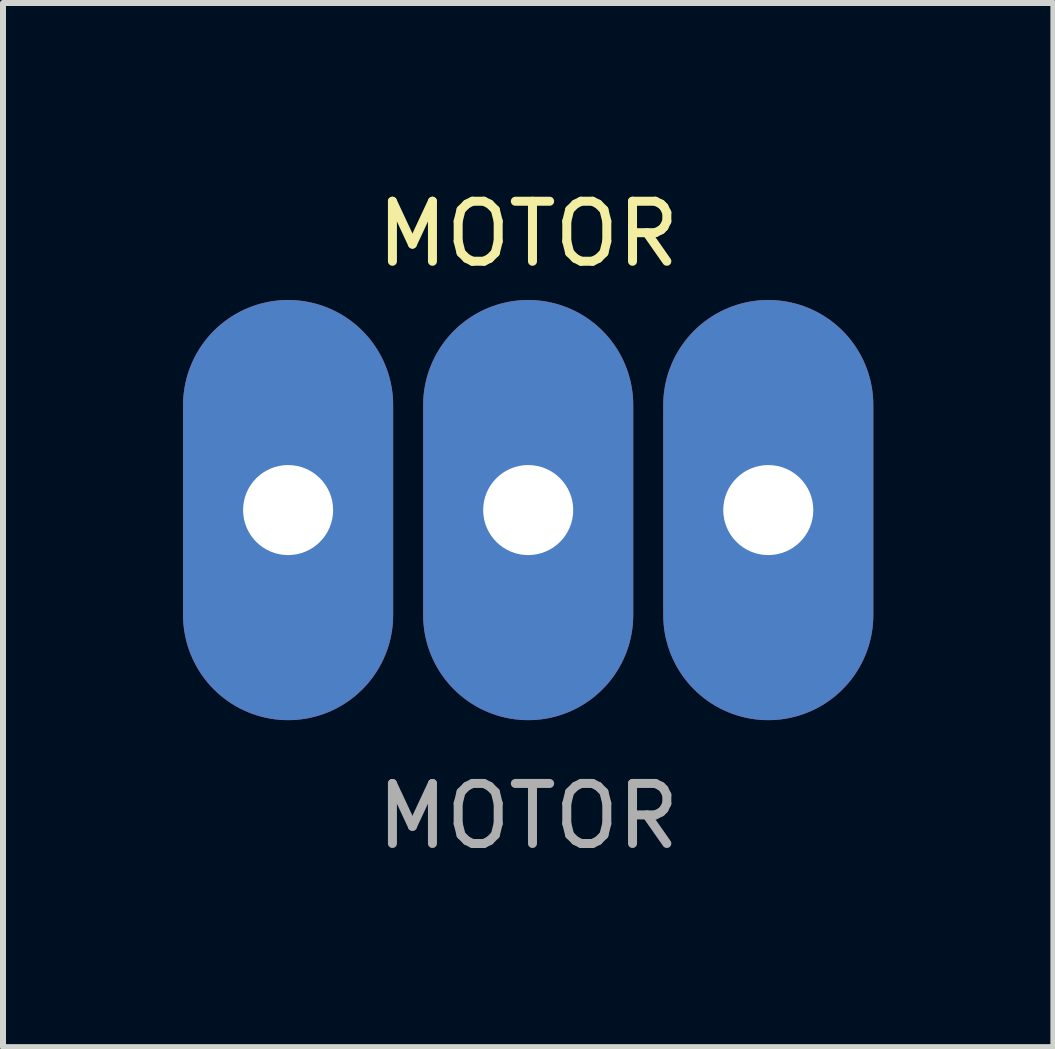
<source format=kicad_pcb>
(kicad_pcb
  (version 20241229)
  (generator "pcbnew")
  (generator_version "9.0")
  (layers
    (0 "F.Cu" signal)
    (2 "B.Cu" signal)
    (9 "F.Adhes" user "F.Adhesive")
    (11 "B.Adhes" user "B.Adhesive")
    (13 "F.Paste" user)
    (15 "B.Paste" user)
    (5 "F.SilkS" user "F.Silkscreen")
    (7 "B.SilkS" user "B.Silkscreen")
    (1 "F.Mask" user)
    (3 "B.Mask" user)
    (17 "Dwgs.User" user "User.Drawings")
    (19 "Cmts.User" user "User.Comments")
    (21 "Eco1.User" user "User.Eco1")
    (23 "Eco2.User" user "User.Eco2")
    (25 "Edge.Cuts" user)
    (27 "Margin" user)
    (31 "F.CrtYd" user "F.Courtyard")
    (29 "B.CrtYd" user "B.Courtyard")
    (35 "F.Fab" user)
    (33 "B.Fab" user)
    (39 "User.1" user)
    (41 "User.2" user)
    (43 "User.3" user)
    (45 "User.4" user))
  (footprint "MOTOR"
    (layer "F.Cu")
    (at 5.75 5.448)
    (property "Reference" "MOTOR" (at 0 -4.6 0) (unlocked yes) (layer "F.SilkS") (effects (font (size 1 1) (thickness 0.15))))
    (attr through_hole)
    (fp_text user "${REFERENCE}" (at 0 5.1 0) (unlocked yes) (layer "F.Fab") (effects (font (size 1 1) (thickness 0.15))))
    (pad "1" thru_hole oval (at -4 0) (size 3.5 7) (drill 1.5) (layers "*.Cu" "*.Mask"))
    (pad "2" thru_hole oval (at 0 0) (size 3.5 7) (drill 1.5) (layers "*.Cu" "*.Mask"))
    (pad "3" thru_hole oval (at 4 0) (size 3.5 7) (drill 1.5) (layers "*.Cu" "*.Mask")))
  (gr_rect
    (start -3 -3)
    (end 14.5 14.396)
    (stroke (width 0.1) (type default))
    (fill no)
    (layer "Edge.Cuts")))
</source>
